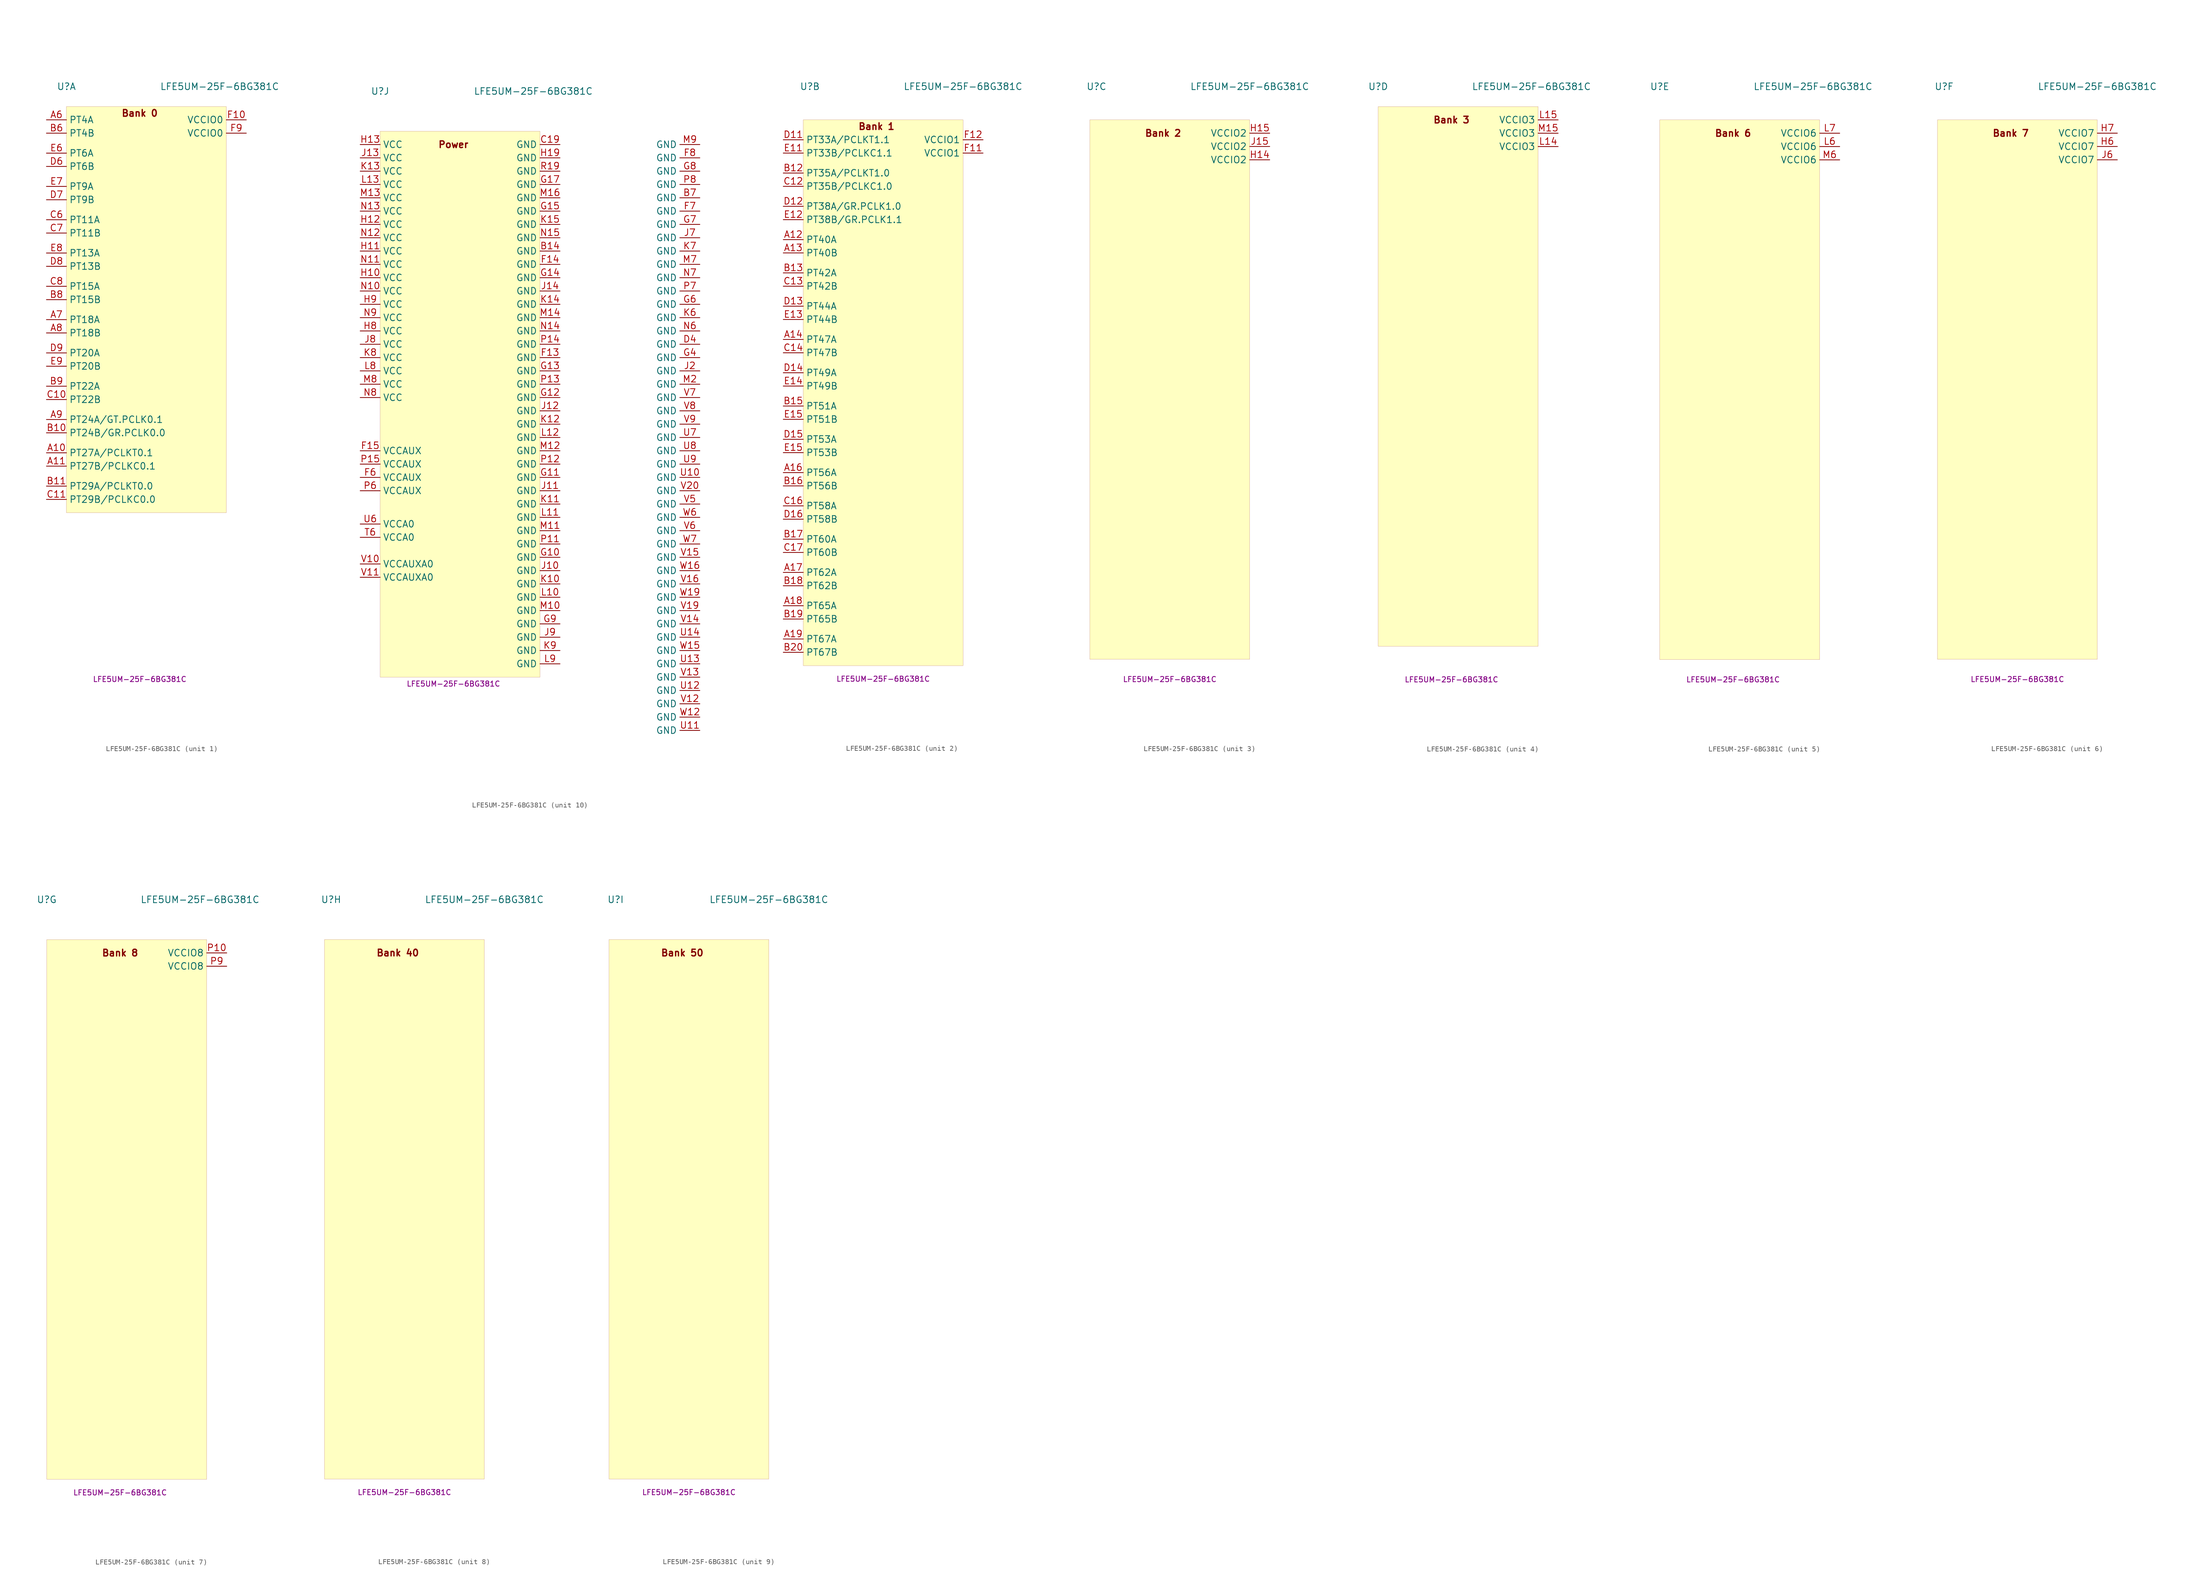
<source format=kicad_sym>
(kicad_symbol_lib
  (version 20220914)
  (generator kicad_symbol_editor)
  (symbol "LFE5UM-25F-6BG381C"
    (property "Reference" "U"
      (at -13.97 62.23 0)
      (effects (font (size 1.27 1.27))))
    (property "Value" "LFE5UM-25F-6BG381C"
      (at 15.24 62.23 0)
      (effects (font (size 1.27 1.27))))
    (property "MPN" "LFE5UM-25F-6BG381C"
      (at 0 -50.8 0)
      (effects (font (size 1 1))))
    (property "ki_locked" ""
      (at 0 0 0)
      (effects (font (size 1.27 1.27))))
    (symbol "LFE5UM-25F-6BG381C_1_0"
      (text "Bank 0" (at 0 57.15 0) (effects (font (size 1.27 1.27) bold))))
    (symbol "LFE5UM-25F-6BG381C_1_1"
      (rectangle (start -13.97 58.42) (end 16.51 -19.05) (stroke (width 0.001) (type default)) (fill (type background)))
      (pin bidirectional line (at -17.78 -7.62 0) (length 3.81) (name "PT27A/PCLKT0.1" (effects (font (size 1.27 1.27)))) (number "A10" (effects (font (size 1.27 1.27)))))
      (pin bidirectional line (at -17.78 -10.16 0) (length 3.81) (name "PT27B/PCLKC0.1" (effects (font (size 1.27 1.27)))) (number "A11" (effects (font (size 1.27 1.27)))))
      (pin bidirectional line (at -17.78 55.88 0) (length 3.81) (name "PT4A" (effects (font (size 1.27 1.27)))) (number "A6" (effects (font (size 1.27 1.27)))))
      (pin bidirectional line (at -17.78 17.78 0) (length 3.81) (name "PT18A" (effects (font (size 1.27 1.27)))) (number "A7" (effects (font (size 1.27 1.27)))))
      (pin bidirectional line (at -17.78 15.24 0) (length 3.81) (name "PT18B" (effects (font (size 1.27 1.27)))) (number "A8" (effects (font (size 1.27 1.27)))))
      (pin bidirectional line (at -17.78 -1.27 0) (length 3.81) (name "PT24A/GT.PCLK0.1" (effects (font (size 1.27 1.27)))) (number "A9" (effects (font (size 1.27 1.27)))))
      (pin bidirectional line (at -17.78 -3.81 0) (length 3.81) (name "PT24B/GR.PCLK0.0" (effects (font (size 1.27 1.27)))) (number "B10" (effects (font (size 1.27 1.27)))))
      (pin bidirectional line (at -17.78 -13.97 0) (length 3.81) (name "PT29A/PCLKT0.0" (effects (font (size 1.27 1.27)))) (number "B11" (effects (font (size 1.27 1.27)))))
      (pin bidirectional line (at -17.78 53.34 0) (length 3.81) (name "PT4B" (effects (font (size 1.27 1.27)))) (number "B6" (effects (font (size 1.27 1.27)))))
      (pin bidirectional line (at -17.78 21.59 0) (length 3.81) (name "PT15B" (effects (font (size 1.27 1.27)))) (number "B8" (effects (font (size 1.27 1.27)))))
      (pin bidirectional line (at -17.78 5.08 0) (length 3.81) (name "PT22A" (effects (font (size 1.27 1.27)))) (number "B9" (effects (font (size 1.27 1.27)))))
      (pin bidirectional line (at -17.78 2.54 0) (length 3.81) (name "PT22B" (effects (font (size 1.27 1.27)))) (number "C10" (effects (font (size 1.27 1.27)))))
      (pin bidirectional line (at -17.78 -16.51 0) (length 3.81) (name "PT29B/PCLKC0.0" (effects (font (size 1.27 1.27)))) (number "C11" (effects (font (size 1.27 1.27)))))
      (pin bidirectional line (at -17.78 36.83 0) (length 3.81) (name "PT11A" (effects (font (size 1.27 1.27)))) (number "C6" (effects (font (size 1.27 1.27)))))
      (pin bidirectional line (at -17.78 34.29 0) (length 3.81) (name "PT11B" (effects (font (size 1.27 1.27)))) (number "C7" (effects (font (size 1.27 1.27)))))
      (pin bidirectional line (at -17.78 24.13 0) (length 3.81) (name "PT15A" (effects (font (size 1.27 1.27)))) (number "C8" (effects (font (size 1.27 1.27)))))
      (pin bidirectional line (at -17.78 46.99 0) (length 3.81) (name "PT6B" (effects (font (size 1.27 1.27)))) (number "D6" (effects (font (size 1.27 1.27)))))
      (pin bidirectional line (at -17.78 40.64 0) (length 3.81) (name "PT9B" (effects (font (size 1.27 1.27)))) (number "D7" (effects (font (size 1.27 1.27)))))
      (pin bidirectional line (at -17.78 27.94 0) (length 3.81) (name "PT13B" (effects (font (size 1.27 1.27)))) (number "D8" (effects (font (size 1.27 1.27)))))
      (pin bidirectional line (at -17.78 11.43 0) (length 3.81) (name "PT20A" (effects (font (size 1.27 1.27)))) (number "D9" (effects (font (size 1.27 1.27)))))
      (pin bidirectional line (at -17.78 49.53 0) (length 3.81) (name "PT6A" (effects (font (size 1.27 1.27)))) (number "E6" (effects (font (size 1.27 1.27)))))
      (pin bidirectional line (at -17.78 43.18 0) (length 3.81) (name "PT9A" (effects (font (size 1.27 1.27)))) (number "E7" (effects (font (size 1.27 1.27)))))
      (pin bidirectional line (at -17.78 30.48 0) (length 3.81) (name "PT13A" (effects (font (size 1.27 1.27)))) (number "E8" (effects (font (size 1.27 1.27)))))
      (pin bidirectional line (at -17.78 8.89 0) (length 3.81) (name "PT20B" (effects (font (size 1.27 1.27)))) (number "E9" (effects (font (size 1.27 1.27)))))
      (pin power_in line (at 20.32 55.88 180) (length 3.81) (name "VCCIO0" (effects (font (size 1.27 1.27)))) (number "F10" (effects (font (size 1.27 1.27)))))
      (pin power_in line (at 20.32 53.34 180) (length 3.81) (name "VCCIO0" (effects (font (size 1.27 1.27)))) (number "F9" (effects (font (size 1.27 1.27))))))
    (symbol "LFE5UM-25F-6BG381C_2_0"
      (text "Bank 1" (at -1.27 54.61 0) (effects (font (size 1.27 1.27) bold))))
    (symbol "LFE5UM-25F-6BG381C_2_1"
      (rectangle (start -15.24 55.88) (end 15.24 -48.26) (stroke (width 0.001) (type default)) (fill (type background)))
      (pin bidirectional line (at -19.05 33.02 0) (length 3.81) (name "PT40A" (effects (font (size 1.27 1.27)))) (number "A12" (effects (font (size 1.27 1.27)))))
      (pin bidirectional line (at -19.05 30.48 0) (length 3.81) (name "PT40B" (effects (font (size 1.27 1.27)))) (number "A13" (effects (font (size 1.27 1.27)))))
      (pin bidirectional line (at -19.05 13.97 0) (length 3.81) (name "PT47A" (effects (font (size 1.27 1.27)))) (number "A14" (effects (font (size 1.27 1.27)))))
      (pin bidirectional line (at -19.05 -11.43 0) (length 3.81) (name "PT56A" (effects (font (size 1.27 1.27)))) (number "A16" (effects (font (size 1.27 1.27)))))
      (pin bidirectional line (at -19.05 -30.48 0) (length 3.81) (name "PT62A" (effects (font (size 1.27 1.27)))) (number "A17" (effects (font (size 1.27 1.27)))))
      (pin bidirectional line (at -19.05 -36.83 0) (length 3.81) (name "PT65A" (effects (font (size 1.27 1.27)))) (number "A18" (effects (font (size 1.27 1.27)))))
      (pin bidirectional line (at -19.05 -43.18 0) (length 3.81) (name "PT67A" (effects (font (size 1.27 1.27)))) (number "A19" (effects (font (size 1.27 1.27)))))
      (pin bidirectional line (at -19.05 45.72 0) (length 3.81) (name "PT35A/PCLKT1.0" (effects (font (size 1.27 1.27)))) (number "B12" (effects (font (size 1.27 1.27)))))
      (pin bidirectional line (at -19.05 26.67 0) (length 3.81) (name "PT42A" (effects (font (size 1.27 1.27)))) (number "B13" (effects (font (size 1.27 1.27)))))
      (pin bidirectional line (at -19.05 1.27 0) (length 3.81) (name "PT51A" (effects (font (size 1.27 1.27)))) (number "B15" (effects (font (size 1.27 1.27)))))
      (pin bidirectional line (at -19.05 -13.97 0) (length 3.81) (name "PT56B" (effects (font (size 1.27 1.27)))) (number "B16" (effects (font (size 1.27 1.27)))))
      (pin bidirectional line (at -19.05 -24.13 0) (length 3.81) (name "PT60A" (effects (font (size 1.27 1.27)))) (number "B17" (effects (font (size 1.27 1.27)))))
      (pin bidirectional line (at -19.05 -33.02 0) (length 3.81) (name "PT62B" (effects (font (size 1.27 1.27)))) (number "B18" (effects (font (size 1.27 1.27)))))
      (pin bidirectional line (at -19.05 -39.37 0) (length 3.81) (name "PT65B" (effects (font (size 1.27 1.27)))) (number "B19" (effects (font (size 1.27 1.27)))))
      (pin bidirectional line (at -19.05 -45.72 0) (length 3.81) (name "PT67B" (effects (font (size 1.27 1.27)))) (number "B20" (effects (font (size 1.27 1.27)))))
      (pin bidirectional line (at -19.05 43.18 0) (length 3.81) (name "PT35B/PCLKC1.0" (effects (font (size 1.27 1.27)))) (number "C12" (effects (font (size 1.27 1.27)))))
      (pin bidirectional line (at -19.05 24.13 0) (length 3.81) (name "PT42B" (effects (font (size 1.27 1.27)))) (number "C13" (effects (font (size 1.27 1.27)))))
      (pin bidirectional line (at -19.05 11.43 0) (length 3.81) (name "PT47B" (effects (font (size 1.27 1.27)))) (number "C14" (effects (font (size 1.27 1.27)))))
      (pin bidirectional line (at -19.05 -17.78 0) (length 3.81) (name "PT58A" (effects (font (size 1.27 1.27)))) (number "C16" (effects (font (size 1.27 1.27)))))
      (pin bidirectional line (at -19.05 -26.67 0) (length 3.81) (name "PT60B" (effects (font (size 1.27 1.27)))) (number "C17" (effects (font (size 1.27 1.27)))))
      (pin bidirectional line (at -19.05 52.07 0) (length 3.81) (name "PT33A/PCLKT1.1" (effects (font (size 1.27 1.27)))) (number "D11" (effects (font (size 1.27 1.27)))))
      (pin bidirectional line (at -19.05 39.37 0) (length 3.81) (name "PT38A/GR.PCLK1.0" (effects (font (size 1.27 1.27)))) (number "D12" (effects (font (size 1.27 1.27)))))
      (pin bidirectional line (at -19.05 20.32 0) (length 3.81) (name "PT44A" (effects (font (size 1.27 1.27)))) (number "D13" (effects (font (size 1.27 1.27)))))
      (pin bidirectional line (at -19.05 7.62 0) (length 3.81) (name "PT49A" (effects (font (size 1.27 1.27)))) (number "D14" (effects (font (size 1.27 1.27)))))
      (pin bidirectional line (at -19.05 -5.08 0) (length 3.81) (name "PT53A" (effects (font (size 1.27 1.27)))) (number "D15" (effects (font (size 1.27 1.27)))))
      (pin bidirectional line (at -19.05 -20.32 0) (length 3.81) (name "PT58B" (effects (font (size 1.27 1.27)))) (number "D16" (effects (font (size 1.27 1.27)))))
      (pin bidirectional line (at -19.05 49.53 0) (length 3.81) (name "PT33B/PCLKC1.1" (effects (font (size 1.27 1.27)))) (number "E11" (effects (font (size 1.27 1.27)))))
      (pin bidirectional line (at -19.05 36.83 0) (length 3.81) (name "PT38B/GR.PCLK1.1" (effects (font (size 1.27 1.27)))) (number "E12" (effects (font (size 1.27 1.27)))))
      (pin bidirectional line (at -19.05 17.78 0) (length 3.81) (name "PT44B" (effects (font (size 1.27 1.27)))) (number "E13" (effects (font (size 1.27 1.27)))))
      (pin bidirectional line (at -19.05 5.08 0) (length 3.81) (name "PT49B" (effects (font (size 1.27 1.27)))) (number "E14" (effects (font (size 1.27 1.27)))))
      (pin bidirectional line (at -19.05 -1.27 0) (length 3.81) (name "PT51B" (effects (font (size 1.27 1.27)))) (number "E15" (effects (font (size 1.27 1.27)))))
      (pin bidirectional line (at -19.05 -7.62 0) (length 3.81) (name "PT53B" (effects (font (size 1.27 1.27)))) (number "E15" (effects (font (size 1.27 1.27)))))
      (pin power_in line (at 19.05 49.53 180) (length 3.81) (name "VCCIO1" (effects (font (size 1.27 1.27)))) (number "F11" (effects (font (size 1.27 1.27)))))
      (pin power_in line (at 19.05 52.07 180) (length 3.81) (name "VCCIO1" (effects (font (size 1.27 1.27)))) (number "F12" (effects (font (size 1.27 1.27))))))
    (symbol "LFE5UM-25F-6BG381C_3_0"
      (text "Bank 2" (at -1.27 53.34 0) (effects (font (size 1.27 1.27) bold))))
    (symbol "LFE5UM-25F-6BG381C_3_1"
      (rectangle (start -15.24 -46.99) (end 15.24 55.88) (stroke (width 0.001) (type default)) (fill (type background)))
      (pin power_in line (at 19.05 48.26 180) (length 3.81) (name "VCCIO2" (effects (font (size 1.27 1.27)))) (number "H14" (effects (font (size 1.27 1.27)))))
      (pin power_in line (at 19.05 53.34 180) (length 3.81) (name "VCCIO2" (effects (font (size 1.27 1.27)))) (number "H15" (effects (font (size 1.27 1.27)))))
      (pin power_in line (at 19.05 50.8 180) (length 3.81) (name "VCCIO2" (effects (font (size 1.27 1.27)))) (number "J15" (effects (font (size 1.27 1.27))))))
    (symbol "LFE5UM-25F-6BG381C_4_0"
      (text "Bank 3" (at 0 55.88 0) (effects (font (size 1.27 1.27) bold))))
    (symbol "LFE5UM-25F-6BG381C_4_1"
      (rectangle (start -13.97 -44.45) (end 16.51 58.42) (stroke (width 0.001) (type default)) (fill (type background)))
      (pin power_in line (at 20.32 50.8 180) (length 3.81) (name "VCCIO3" (effects (font (size 1.27 1.27)))) (number "L14" (effects (font (size 1.27 1.27)))))
      (pin power_in line (at 20.32 55.88 180) (length 3.81) (name "VCCIO3" (effects (font (size 1.27 1.27)))) (number "L15" (effects (font (size 1.27 1.27)))))
      (pin power_in line (at 20.32 53.34 180) (length 3.81) (name "VCCIO3" (effects (font (size 1.27 1.27)))) (number "M15" (effects (font (size 1.27 1.27))))))
    (symbol "LFE5UM-25F-6BG381C_5_0"
      (text "Bank 6" (at 0 53.34 0) (effects (font (size 1.27 1.27) bold))))
    (symbol "LFE5UM-25F-6BG381C_5_1"
      (rectangle (start -13.97 -46.99) (end 16.51 55.88) (stroke (width 0.001) (type default)) (fill (type background)))
      (pin power_in line (at 20.32 50.8 180) (length 3.81) (name "VCCIO6" (effects (font (size 1.27 1.27)))) (number "L6" (effects (font (size 1.27 1.27)))))
      (pin power_in line (at 20.32 53.34 180) (length 3.81) (name "VCCIO6" (effects (font (size 1.27 1.27)))) (number "L7" (effects (font (size 1.27 1.27)))))
      (pin power_in line (at 20.32 48.26 180) (length 3.81) (name "VCCIO6" (effects (font (size 1.27 1.27)))) (number "M6" (effects (font (size 1.27 1.27))))))
    (symbol "LFE5UM-25F-6BG381C_6_0"
      (text "Bank 7" (at -1.27 53.34 0) (effects (font (size 1.27 1.27) bold))))
    (symbol "LFE5UM-25F-6BG381C_6_1"
      (rectangle (start -15.24 -46.99) (end 15.24 55.88) (stroke (width 0.001) (type default)) (fill (type background)))
      (pin power_in line (at 19.05 50.8 180) (length 3.81) (name "VCCIO7" (effects (font (size 1.27 1.27)))) (number "H6" (effects (font (size 1.27 1.27)))))
      (pin power_in line (at 19.05 53.34 180) (length 3.81) (name "VCCIO7" (effects (font (size 1.27 1.27)))) (number "H7" (effects (font (size 1.27 1.27)))))
      (pin power_in line (at 19.05 48.26 180) (length 3.81) (name "VCCIO7" (effects (font (size 1.27 1.27)))) (number "J6" (effects (font (size 1.27 1.27))))))
    (symbol "LFE5UM-25F-6BG381C_7_0"
      (text "Bank 8" (at 0 52.07 0) (effects (font (size 1.27 1.27) bold))))
    (symbol "LFE5UM-25F-6BG381C_7_1"
      (rectangle (start -13.97 -48.26) (end 16.51 54.61) (stroke (width 0.001) (type default)) (fill (type background)))
      (pin power_in line (at 20.32 52.07 180) (length 3.81) (name "VCCIO8" (effects (font (size 1.27 1.27)))) (number "P10" (effects (font (size 1.27 1.27)))))
      (pin power_in line (at 20.32 49.53 180) (length 3.81) (name "VCCIO8" (effects (font (size 1.27 1.27)))) (number "P9" (effects (font (size 1.27 1.27))))))
    (symbol "LFE5UM-25F-6BG381C_8_0"
      (text "Bank 40" (at -1.27 52.07 0) (effects (font (size 1.27 1.27) bold))))
    (symbol "LFE5UM-25F-6BG381C_8_1"
      (rectangle (start -15.24 -48.26) (end 15.24 54.61) (stroke (width 0.001) (type default)) (fill (type background))))
    (symbol "LFE5UM-25F-6BG381C_9_0"
      (text "Bank 50" (at -1.27 52.07 0) (effects (font (size 1.27 1.27) bold))))
    (symbol "LFE5UM-25F-6BG381C_9_1"
      (rectangle (start -15.24 -48.26) (end 15.24 54.61) (stroke (width 0.001) (type default)) (fill (type background))))
    (symbol "LFE5UM-25F-6BG381C_10_0"
      (text "Power" (at 0 52.07 0) (effects (font (size 1.27 1.27) bold))))
    (symbol "LFE5UM-25F-6BG381C_10_1"
      (rectangle (start -13.97 54.61) (end 16.51 -49.53) (stroke (width 0.001) (type default)) (fill (type background)))
      (pin power_in line (at 20.32 31.75 180) (length 3.81) (name "GND" (effects (font (size 1.27 1.27)))) (number "B14" (effects (font (size 1.27 1.27)))))
      (pin power_in line (at 46.99 41.91 180) (length 3.81) (name "GND" (effects (font (size 1.27 1.27)))) (number "B7" (effects (font (size 1.27 1.27)))))
      (pin power_in line (at 20.32 52.07 180) (length 3.81) (name "GND" (effects (font (size 1.27 1.27)))) (number "C19" (effects (font (size 1.27 1.27)))))
      (pin power_in line (at 46.99 13.97 180) (length 3.81) (name "GND" (effects (font (size 1.27 1.27)))) (number "D4" (effects (font (size 1.27 1.27)))))
      (pin power_in line (at 20.32 11.43 180) (length 3.81) (name "GND" (effects (font (size 1.27 1.27)))) (number "F13" (effects (font (size 1.27 1.27)))))
      (pin power_in line (at 20.32 29.21 180) (length 3.81) (name "GND" (effects (font (size 1.27 1.27)))) (number "F14" (effects (font (size 1.27 1.27)))))
      (pin power_in line (at -17.78 -6.35 0) (length 3.81) (name "VCCAUX" (effects (font (size 1.27 1.27)))) (number "F15" (effects (font (size 1.27 1.27)))))
      (pin power_in line (at -17.78 -11.43 0) (length 3.81) (name "VCCAUX" (effects (font (size 1.27 1.27)))) (number "F6" (effects (font (size 1.27 1.27)))))
      (pin power_in line (at 46.99 39.37 180) (length 3.81) (name "GND" (effects (font (size 1.27 1.27)))) (number "F7" (effects (font (size 1.27 1.27)))))
      (pin power_in line (at 46.99 49.53 180) (length 3.81) (name "GND" (effects (font (size 1.27 1.27)))) (number "F8" (effects (font (size 1.27 1.27)))))
      (pin power_in line (at 20.32 -26.67 180) (length 3.81) (name "GND" (effects (font (size 1.27 1.27)))) (number "G10" (effects (font (size 1.27 1.27)))))
      (pin power_in line (at 20.32 -11.43 180) (length 3.81) (name "GND" (effects (font (size 1.27 1.27)))) (number "G11" (effects (font (size 1.27 1.27)))))
      (pin power_in line (at 20.32 3.81 180) (length 3.81) (name "GND" (effects (font (size 1.27 1.27)))) (number "G12" (effects (font (size 1.27 1.27)))))
      (pin power_in line (at 20.32 8.89 180) (length 3.81) (name "GND" (effects (font (size 1.27 1.27)))) (number "G13" (effects (font (size 1.27 1.27)))))
      (pin power_in line (at 20.32 26.67 180) (length 3.81) (name "GND" (effects (font (size 1.27 1.27)))) (number "G14" (effects (font (size 1.27 1.27)))))
      (pin power_in line (at 20.32 39.37 180) (length 3.81) (name "GND" (effects (font (size 1.27 1.27)))) (number "G15" (effects (font (size 1.27 1.27)))))
      (pin power_in line (at 20.32 44.45 180) (length 3.81) (name "GND" (effects (font (size 1.27 1.27)))) (number "G17" (effects (font (size 1.27 1.27)))))
      (pin power_in line (at 46.99 11.43 180) (length 3.81) (name "GND" (effects (font (size 1.27 1.27)))) (number "G4" (effects (font (size 1.27 1.27)))))
      (pin power_in line (at 46.99 21.59 180) (length 3.81) (name "GND" (effects (font (size 1.27 1.27)))) (number "G6" (effects (font (size 1.27 1.27)))))
      (pin power_in line (at 46.99 36.83 180) (length 3.81) (name "GND" (effects (font (size 1.27 1.27)))) (number "G7" (effects (font (size 1.27 1.27)))))
      (pin power_in line (at 46.99 46.99 180) (length 3.81) (name "GND" (effects (font (size 1.27 1.27)))) (number "G8" (effects (font (size 1.27 1.27)))))
      (pin power_in line (at 20.32 -39.37 180) (length 3.81) (name "GND" (effects (font (size 1.27 1.27)))) (number "G9" (effects (font (size 1.27 1.27)))))
      (pin power_in line (at -17.78 26.67 0) (length 3.81) (name "VCC" (effects (font (size 1.27 1.27)))) (number "H10" (effects (font (size 1.27 1.27)))))
      (pin power_in line (at -17.78 31.75 0) (length 3.81) (name "VCC" (effects (font (size 1.27 1.27)))) (number "H11" (effects (font (size 1.27 1.27)))))
      (pin power_in line (at -17.78 36.83 0) (length 3.81) (name "VCC" (effects (font (size 1.27 1.27)))) (number "H12" (effects (font (size 1.27 1.27)))))
      (pin power_in line (at -17.78 52.07 0) (length 3.81) (name "VCC" (effects (font (size 1.27 1.27)))) (number "H13" (effects (font (size 1.27 1.27)))))
      (pin power_in line (at 20.32 49.53 180) (length 3.81) (name "GND" (effects (font (size 1.27 1.27)))) (number "H19" (effects (font (size 1.27 1.27)))))
      (pin power_in line (at -17.78 16.51 0) (length 3.81) (name "VCC" (effects (font (size 1.27 1.27)))) (number "H8" (effects (font (size 1.27 1.27)))))
      (pin power_in line (at -17.78 21.59 0) (length 3.81) (name "VCC" (effects (font (size 1.27 1.27)))) (number "H9" (effects (font (size 1.27 1.27)))))
      (pin power_in line (at 20.32 -29.21 180) (length 3.81) (name "GND" (effects (font (size 1.27 1.27)))) (number "J10" (effects (font (size 1.27 1.27)))))
      (pin power_in line (at 20.32 -13.97 180) (length 3.81) (name "GND" (effects (font (size 1.27 1.27)))) (number "J11" (effects (font (size 1.27 1.27)))))
      (pin power_in line (at 20.32 1.27 180) (length 3.81) (name "GND" (effects (font (size 1.27 1.27)))) (number "J12" (effects (font (size 1.27 1.27)))))
      (pin power_in line (at -17.78 49.53 0) (length 3.81) (name "VCC" (effects (font (size 1.27 1.27)))) (number "J13" (effects (font (size 1.27 1.27)))))
      (pin power_in line (at 20.32 24.13 180) (length 3.81) (name "GND" (effects (font (size 1.27 1.27)))) (number "J14" (effects (font (size 1.27 1.27)))))
      (pin power_in line (at 46.99 8.89 180) (length 3.81) (name "GND" (effects (font (size 1.27 1.27)))) (number "J2" (effects (font (size 1.27 1.27)))))
      (pin power_in line (at 46.99 34.29 180) (length 3.81) (name "GND" (effects (font (size 1.27 1.27)))) (number "J7" (effects (font (size 1.27 1.27)))))
      (pin power_in line (at -17.78 13.97 0) (length 3.81) (name "VCC" (effects (font (size 1.27 1.27)))) (number "J8" (effects (font (size 1.27 1.27)))))
      (pin power_in line (at 20.32 -41.91 180) (length 3.81) (name "GND" (effects (font (size 1.27 1.27)))) (number "J9" (effects (font (size 1.27 1.27)))))
      (pin power_in line (at 20.32 -31.75 180) (length 3.81) (name "GND" (effects (font (size 1.27 1.27)))) (number "K10" (effects (font (size 1.27 1.27)))))
      (pin power_in line (at 20.32 -16.51 180) (length 3.81) (name "GND" (effects (font (size 1.27 1.27)))) (number "K11" (effects (font (size 1.27 1.27)))))
      (pin power_in line (at 20.32 -1.27 180) (length 3.81) (name "GND" (effects (font (size 1.27 1.27)))) (number "K12" (effects (font (size 1.27 1.27)))))
      (pin power_in line (at -17.78 46.99 0) (length 3.81) (name "VCC" (effects (font (size 1.27 1.27)))) (number "K13" (effects (font (size 1.27 1.27)))))
      (pin power_in line (at 20.32 21.59 180) (length 3.81) (name "GND" (effects (font (size 1.27 1.27)))) (number "K14" (effects (font (size 1.27 1.27)))))
      (pin power_in line (at 20.32 36.83 180) (length 3.81) (name "GND" (effects (font (size 1.27 1.27)))) (number "K15" (effects (font (size 1.27 1.27)))))
      (pin power_in line (at 46.99 19.05 180) (length 3.81) (name "GND" (effects (font (size 1.27 1.27)))) (number "K6" (effects (font (size 1.27 1.27)))))
      (pin power_in line (at 46.99 31.75 180) (length 3.81) (name "GND" (effects (font (size 1.27 1.27)))) (number "K7" (effects (font (size 1.27 1.27)))))
      (pin power_in line (at -17.78 11.43 0) (length 3.81) (name "VCC" (effects (font (size 1.27 1.27)))) (number "K8" (effects (font (size 1.27 1.27)))))
      (pin power_in line (at 20.32 -44.45 180) (length 3.81) (name "GND" (effects (font (size 1.27 1.27)))) (number "K9" (effects (font (size 1.27 1.27)))))
      (pin power_in line (at 20.32 -34.29 180) (length 3.81) (name "GND" (effects (font (size 1.27 1.27)))) (number "L10" (effects (font (size 1.27 1.27)))))
      (pin power_in line (at 20.32 -19.05 180) (length 3.81) (name "GND" (effects (font (size 1.27 1.27)))) (number "L11" (effects (font (size 1.27 1.27)))))
      (pin power_in line (at 20.32 -3.81 180) (length 3.81) (name "GND" (effects (font (size 1.27 1.27)))) (number "L12" (effects (font (size 1.27 1.27)))))
      (pin power_in line (at -17.78 44.45 0) (length 3.81) (name "VCC" (effects (font (size 1.27 1.27)))) (number "L13" (effects (font (size 1.27 1.27)))))
      (pin power_in line (at -17.78 8.89 0) (length 3.81) (name "VCC" (effects (font (size 1.27 1.27)))) (number "L8" (effects (font (size 1.27 1.27)))))
      (pin power_in line (at 20.32 -46.99 180) (length 3.81) (name "GND" (effects (font (size 1.27 1.27)))) (number "L9" (effects (font (size 1.27 1.27)))))
      (pin power_in line (at 20.32 -36.83 180) (length 3.81) (name "GND" (effects (font (size 1.27 1.27)))) (number "M10" (effects (font (size 1.27 1.27)))))
      (pin power_in line (at 20.32 -21.59 180) (length 3.81) (name "GND" (effects (font (size 1.27 1.27)))) (number "M11" (effects (font (size 1.27 1.27)))))
      (pin power_in line (at 20.32 -6.35 180) (length 3.81) (name "GND" (effects (font (size 1.27 1.27)))) (number "M12" (effects (font (size 1.27 1.27)))))
      (pin power_in line (at -17.78 41.91 0) (length 3.81) (name "VCC" (effects (font (size 1.27 1.27)))) (number "M13" (effects (font (size 1.27 1.27)))))
      (pin power_in line (at 20.32 19.05 180) (length 3.81) (name "GND" (effects (font (size 1.27 1.27)))) (number "M14" (effects (font (size 1.27 1.27)))))
      (pin power_in line (at 20.32 41.91 180) (length 3.81) (name "GND" (effects (font (size 1.27 1.27)))) (number "M16" (effects (font (size 1.27 1.27)))))
      (pin power_in line (at 46.99 6.35 180) (length 3.81) (name "GND" (effects (font (size 1.27 1.27)))) (number "M2" (effects (font (size 1.27 1.27)))))
      (pin power_in line (at 46.99 29.21 180) (length 3.81) (name "GND" (effects (font (size 1.27 1.27)))) (number "M7" (effects (font (size 1.27 1.27)))))
      (pin power_in line (at -17.78 6.35 0) (length 3.81) (name "VCC" (effects (font (size 1.27 1.27)))) (number "M8" (effects (font (size 1.27 1.27)))))
      (pin power_in line (at 46.99 52.07 180) (length 3.81) (name "GND" (effects (font (size 1.27 1.27)))) (number "M9" (effects (font (size 1.27 1.27)))))
      (pin power_in line (at -17.78 24.13 0) (length 3.81) (name "VCC" (effects (font (size 1.27 1.27)))) (number "N10" (effects (font (size 1.27 1.27)))))
      (pin power_in line (at -17.78 29.21 0) (length 3.81) (name "VCC" (effects (font (size 1.27 1.27)))) (number "N11" (effects (font (size 1.27 1.27)))))
      (pin power_in line (at -17.78 34.29 0) (length 3.81) (name "VCC" (effects (font (size 1.27 1.27)))) (number "N12" (effects (font (size 1.27 1.27)))))
      (pin power_in line (at -17.78 39.37 0) (length 3.81) (name "VCC" (effects (font (size 1.27 1.27)))) (number "N13" (effects (font (size 1.27 1.27)))))
      (pin power_in line (at 20.32 16.51 180) (length 3.81) (name "GND" (effects (font (size 1.27 1.27)))) (number "N14" (effects (font (size 1.27 1.27)))))
      (pin power_in line (at 20.32 34.29 180) (length 3.81) (name "GND" (effects (font (size 1.27 1.27)))) (number "N15" (effects (font (size 1.27 1.27)))))
      (pin power_in line (at 46.99 16.51 180) (length 3.81) (name "GND" (effects (font (size 1.27 1.27)))) (number "N6" (effects (font (size 1.27 1.27)))))
      (pin power_in line (at 46.99 26.67 180) (length 3.81) (name "GND" (effects (font (size 1.27 1.27)))) (number "N7" (effects (font (size 1.27 1.27)))))
      (pin power_in line (at -17.78 3.81 0) (length 3.81) (name "VCC" (effects (font (size 1.27 1.27)))) (number "N8" (effects (font (size 1.27 1.27)))))
      (pin power_in line (at -17.78 19.05 0) (length 3.81) (name "VCC" (effects (font (size 1.27 1.27)))) (number "N9" (effects (font (size 1.27 1.27)))))
      (pin power_in line (at 20.32 -24.13 180) (length 3.81) (name "GND" (effects (font (size 1.27 1.27)))) (number "P11" (effects (font (size 1.27 1.27)))))
      (pin power_in line (at 20.32 -8.89 180) (length 3.81) (name "GND" (effects (font (size 1.27 1.27)))) (number "P12" (effects (font (size 1.27 1.27)))))
      (pin power_in line (at 20.32 6.35 180) (length 3.81) (name "GND" (effects (font (size 1.27 1.27)))) (number "P13" (effects (font (size 1.27 1.27)))))
      (pin power_in line (at 20.32 13.97 180) (length 3.81) (name "GND" (effects (font (size 1.27 1.27)))) (number "P14" (effects (font (size 1.27 1.27)))))
      (pin power_in line (at -17.78 -8.89 0) (length 3.81) (name "VCCAUX" (effects (font (size 1.27 1.27)))) (number "P15" (effects (font (size 1.27 1.27)))))
      (pin power_in line (at -17.78 -13.97 0) (length 3.81) (name "VCCAUX" (effects (font (size 1.27 1.27)))) (number "P6" (effects (font (size 1.27 1.27)))))
      (pin power_in line (at 46.99 24.13 180) (length 3.81) (name "GND" (effects (font (size 1.27 1.27)))) (number "P7" (effects (font (size 1.27 1.27)))))
      (pin power_in line (at 46.99 44.45 180) (length 3.81) (name "GND" (effects (font (size 1.27 1.27)))) (number "P8" (effects (font (size 1.27 1.27)))))
      (pin power_in line (at 20.32 46.99 180) (length 3.81) (name "GND" (effects (font (size 1.27 1.27)))) (number "R19" (effects (font (size 1.27 1.27)))))
      (pin power_in line (at -17.78 -22.86 0) (length 3.81) (name "VCCA0" (effects (font (size 1.27 1.27)))) (number "T6" (effects (font (size 1.27 1.27)))))
      (pin power_in line (at 46.99 -11.43 180) (length 3.81) (name "GND" (effects (font (size 1.27 1.27)))) (number "U10" (effects (font (size 1.27 1.27)))))
      (pin power_in line (at 46.99 -59.69 180) (length 3.81) (name "GND" (effects (font (size 1.27 1.27)))) (number "U11" (effects (font (size 1.27 1.27)))))
      (pin power_in line (at 46.99 -52.07 180) (length 3.81) (name "GND" (effects (font (size 1.27 1.27)))) (number "U12" (effects (font (size 1.27 1.27)))))
      (pin power_in line (at 46.99 -46.99 180) (length 3.81) (name "GND" (effects (font (size 1.27 1.27)))) (number "U13" (effects (font (size 1.27 1.27)))))
      (pin power_in line (at 46.99 -41.91 180) (length 3.81) (name "GND" (effects (font (size 1.27 1.27)))) (number "U14" (effects (font (size 1.27 1.27)))))
      (pin power_in line (at -17.78 -20.32 0) (length 3.81) (name "VCCA0" (effects (font (size 1.27 1.27)))) (number "U6" (effects (font (size 1.27 1.27)))))
      (pin power_in line (at 46.99 -3.81 180) (length 3.81) (name "GND" (effects (font (size 1.27 1.27)))) (number "U7" (effects (font (size 1.27 1.27)))))
      (pin power_in line (at 46.99 -6.35 180) (length 3.81) (name "GND" (effects (font (size 1.27 1.27)))) (number "U8" (effects (font (size 1.27 1.27)))))
      (pin power_in line (at 46.99 -8.89 180) (length 3.81) (name "GND" (effects (font (size 1.27 1.27)))) (number "U9" (effects (font (size 1.27 1.27)))))
      (pin power_in line (at -17.78 -27.94 0) (length 3.81) (name "VCCAUXA0" (effects (font (size 1.27 1.27)))) (number "V10" (effects (font (size 1.27 1.27)))))
      (pin power_in line (at -17.78 -30.48 0) (length 3.81) (name "VCCAUXA0" (effects (font (size 1.27 1.27)))) (number "V11" (effects (font (size 1.27 1.27)))))
      (pin power_in line (at 46.99 -54.61 180) (length 3.81) (name "GND" (effects (font (size 1.27 1.27)))) (number "V12" (effects (font (size 1.27 1.27)))))
      (pin power_in line (at 46.99 -49.53 180) (length 3.81) (name "GND" (effects (font (size 1.27 1.27)))) (number "V13" (effects (font (size 1.27 1.27)))))
      (pin power_in line (at 46.99 -39.37 180) (length 3.81) (name "GND" (effects (font (size 1.27 1.27)))) (number "V14" (effects (font (size 1.27 1.27)))))
      (pin power_in line (at 46.99 -26.67 180) (length 3.81) (name "GND" (effects (font (size 1.27 1.27)))) (number "V15" (effects (font (size 1.27 1.27)))))
      (pin power_in line (at 46.99 -31.75 180) (length 3.81) (name "GND" (effects (font (size 1.27 1.27)))) (number "V16" (effects (font (size 1.27 1.27)))))
      (pin power_in line (at 46.99 -36.83 180) (length 3.81) (name "GND" (effects (font (size 1.27 1.27)))) (number "V19" (effects (font (size 1.27 1.27)))))
      (pin power_in line (at 46.99 -13.97 180) (length 3.81) (name "GND" (effects (font (size 1.27 1.27)))) (number "V20" (effects (font (size 1.27 1.27)))))
      (pin power_in line (at 46.99 -16.51 180) (length 3.81) (name "GND" (effects (font (size 1.27 1.27)))) (number "V5" (effects (font (size 1.27 1.27)))))
      (pin power_in line (at 46.99 -21.59 180) (length 3.81) (name "GND" (effects (font (size 1.27 1.27)))) (number "V6" (effects (font (size 1.27 1.27)))))
      (pin power_in line (at 46.99 3.81 180) (length 3.81) (name "GND" (effects (font (size 1.27 1.27)))) (number "V7" (effects (font (size 1.27 1.27)))))
      (pin power_in line (at 46.99 1.27 180) (length 3.81) (name "GND" (effects (font (size 1.27 1.27)))) (number "V8" (effects (font (size 1.27 1.27)))))
      (pin power_in line (at 46.99 -1.27 180) (length 3.81) (name "GND" (effects (font (size 1.27 1.27)))) (number "V9" (effects (font (size 1.27 1.27)))))
      (pin power_in line (at 46.99 -57.15 180) (length 3.81) (name "GND" (effects (font (size 1.27 1.27)))) (number "W12" (effects (font (size 1.27 1.27)))))
      (pin power_in line (at 46.99 -44.45 180) (length 3.81) (name "GND" (effects (font (size 1.27 1.27)))) (number "W15" (effects (font (size 1.27 1.27)))))
      (pin power_in line (at 46.99 -29.21 180) (length 3.81) (name "GND" (effects (font (size 1.27 1.27)))) (number "W16" (effects (font (size 1.27 1.27)))))
      (pin power_in line (at 46.99 -34.29 180) (length 3.81) (name "GND" (effects (font (size 1.27 1.27)))) (number "W19" (effects (font (size 1.27 1.27)))))
      (pin power_in line (at 46.99 -19.05 180) (length 3.81) (name "GND" (effects (font (size 1.27 1.27)))) (number "W6" (effects (font (size 1.27 1.27)))))
      (pin power_in line (at 46.99 -24.13 180) (length 3.81) (name "GND" (effects (font (size 1.27 1.27)))) (number "W7" (effects (font (size 1.27 1.27))))))))
</source>
